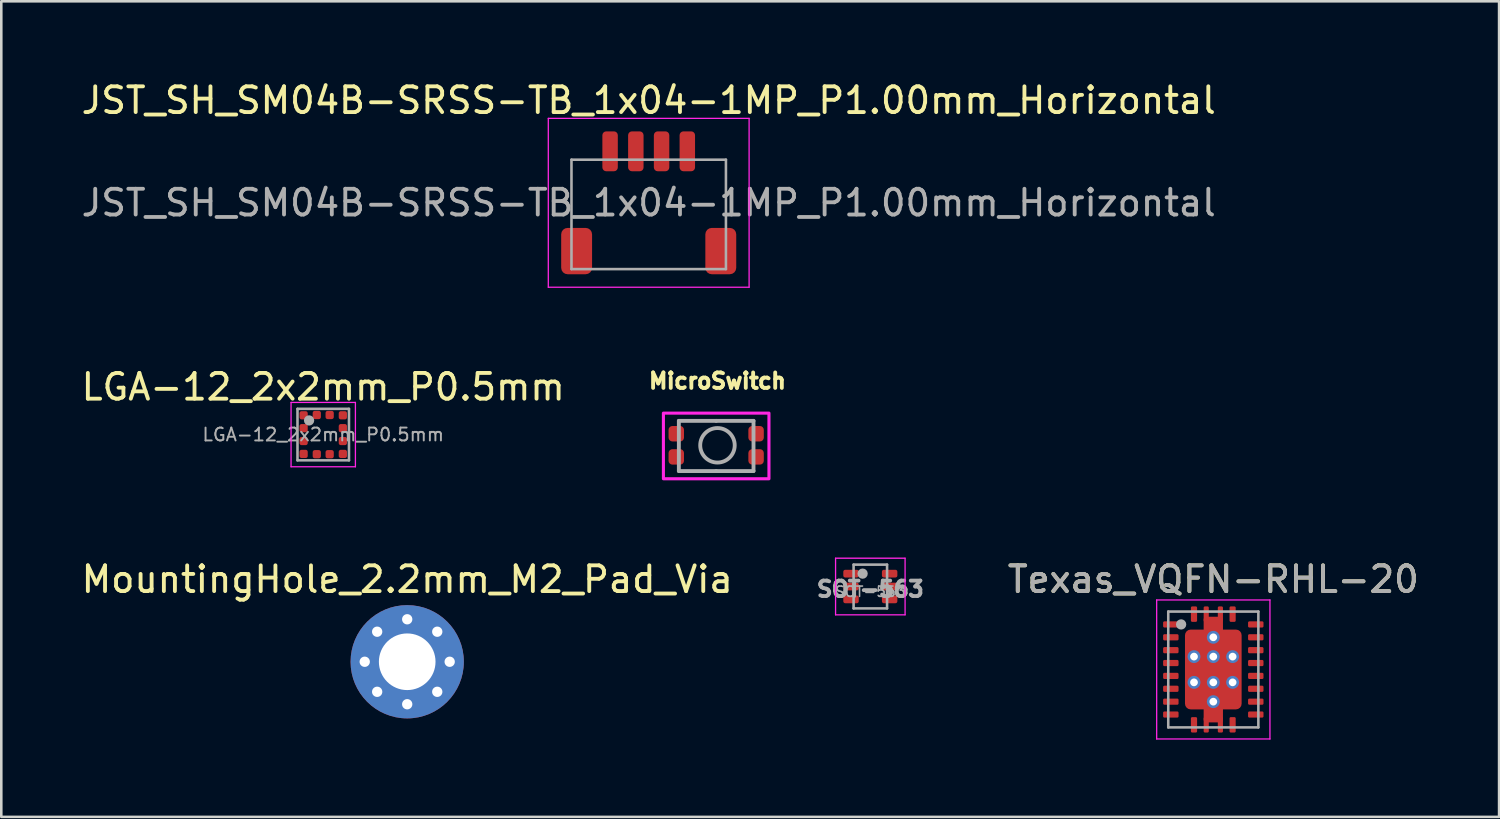
<source format=kicad_pcb>
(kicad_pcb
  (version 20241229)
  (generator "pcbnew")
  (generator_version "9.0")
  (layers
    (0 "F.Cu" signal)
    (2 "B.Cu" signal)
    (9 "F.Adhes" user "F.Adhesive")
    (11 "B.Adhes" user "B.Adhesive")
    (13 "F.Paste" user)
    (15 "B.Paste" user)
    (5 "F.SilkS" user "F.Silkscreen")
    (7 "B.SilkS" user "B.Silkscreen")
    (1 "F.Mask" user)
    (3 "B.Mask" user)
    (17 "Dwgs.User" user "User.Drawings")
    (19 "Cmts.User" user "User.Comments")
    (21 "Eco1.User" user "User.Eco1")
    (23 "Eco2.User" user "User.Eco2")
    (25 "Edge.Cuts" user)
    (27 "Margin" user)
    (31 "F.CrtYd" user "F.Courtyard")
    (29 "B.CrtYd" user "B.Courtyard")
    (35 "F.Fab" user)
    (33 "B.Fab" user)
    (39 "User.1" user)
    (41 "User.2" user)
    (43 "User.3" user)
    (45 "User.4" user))
  (footprint "Texas_VQFN-RHL-20"
    (layer "F.Cu")
    (at 44.081 22.956)
    (property "Reference" "Texas_VQFN-RHL-20" (at 0 -3.5 0) (layer "F.SilkS") (effects (font (size 1 1) (thickness 0.15))))
    (attr smd)
    (fp_line (start -2.2 -2.7) (end -2.2 2.7) (stroke (width 0.05) (type solid)) (layer "F.CrtYd"))
    (fp_line (start -2.2 -2.7) (end 2.2 -2.7) (stroke (width 0.05) (type solid)) (layer "F.CrtYd"))
    (fp_line (start -2.2 2.7) (end 2.2 2.7) (stroke (width 0.05) (type solid)) (layer "F.CrtYd"))
    (fp_line (start 2.2 -2.7) (end 2.2 2.7) (stroke (width 0.05) (type solid)) (layer "F.CrtYd"))
    (fp_line (start -1.75 -2.25) (end -1.75 2.25) (stroke (width 0.1) (type solid)) (layer "F.Fab"))
    (fp_line (start -1.75 -2.25) (end 1.75 -2.25) (stroke (width 0.1) (type solid)) (layer "F.Fab"))
    (fp_line (start -1.75 2.25) (end 1.75 2.25) (stroke (width 0.1) (type solid)) (layer "F.Fab"))
    (fp_line (start 1.75 -2.25) (end 1.75 2.25) (stroke (width 0.1) (type solid)) (layer "F.Fab"))
    (fp_circle (center -1.25 -1.75) (end -1.15 -1.75) (stroke (width 0.2) (type solid)) (fill no) (layer "F.Fab"))
    (fp_text user "${REFERENCE}" (at 0 -3.5 0) (layer "F.Fab") (effects (font (size 1 1) (thickness 0.15))))
    (pad "" smd roundrect (at -0.56 -1.05) (size 0.92 0.85) (layers "F.Paste") (roundrect_rratio 0.2))
    (pad "" smd roundrect (at -0.56 0) (size 0.92 0.85) (layers "F.Paste") (roundrect_rratio 0.2))
    (pad "" smd roundrect (at -0.56 1.05) (size 0.92 0.85) (layers "F.Paste") (roundrect_rratio 0.2))
    (pad "" smd roundrect (at 0 -1.8) (size 0.75 0.25) (layers "F.Paste") (roundrect_rratio 0.2))
    (pad "" smd roundrect (at 0 1.8) (size 0.75 0.25) (layers "F.Paste") (roundrect_rratio 0.2))
    (pad "" smd roundrect (at 0.56 -1.05) (size 0.92 0.85) (layers "F.Paste") (roundrect_rratio 0.2))
    (pad "" smd roundrect (at 0.56 0) (size 0.92 0.85) (layers "F.Paste") (roundrect_rratio 0.2))
    (pad "" smd roundrect (at 0.56 1.05) (size 0.92 0.85) (layers "F.Paste") (roundrect_rratio 0.2))
    (pad "1" smd roundrect (at -0.75 -2.15) (size 0.24 0.6) (layers "F.Cu" "F.Mask" "F.Paste") (roundrect_rratio 0.21))
    (pad "2" smd roundrect (at -1.65 -1.75) (size 0.6 0.24) (layers "F.Cu" "F.Mask" "F.Paste") (roundrect_rratio 0.21))
    (pad "3" smd roundrect (at -1.65 -1.25) (size 0.6 0.24) (layers "F.Cu" "F.Mask" "F.Paste") (roundrect_rratio 0.21))
    (pad "4" smd roundrect (at -1.65 -0.75) (size 0.6 0.24) (layers "F.Cu" "F.Mask" "F.Paste") (roundrect_rratio 0.21))
    (pad "5" smd roundrect (at -1.65 -0.25) (size 0.6 0.24) (layers "F.Cu" "F.Mask" "F.Paste") (roundrect_rratio 0.21))
    (pad "6" smd roundrect (at -1.65 0.25) (size 0.6 0.24) (layers "F.Cu" "F.Mask" "F.Paste") (roundrect_rratio 0.21))
    (pad "7" smd roundrect (at -1.65 0.75) (size 0.6 0.24) (layers "F.Cu" "F.Mask" "F.Paste") (roundrect_rratio 0.21))
    (pad "8" smd roundrect (at -1.65 1.25) (size 0.6 0.24) (layers "F.Cu" "F.Mask" "F.Paste") (roundrect_rratio 0.21))
    (pad "9" smd roundrect (at -1.65 1.75) (size 0.6 0.24) (layers "F.Cu" "F.Mask" "F.Paste") (roundrect_rratio 0.21))
    (pad "10" smd roundrect (at -0.75 2.15) (size 0.24 0.6) (layers "F.Cu" "F.Mask" "F.Paste") (roundrect_rratio 0.21))
    (pad "11" smd roundrect (at 0.75 2.15) (size 0.24 0.6) (layers "F.Cu" "F.Mask" "F.Paste") (roundrect_rratio 0.21))
    (pad "12" smd roundrect (at 1.65 1.75) (size 0.6 0.24) (layers "F.Cu" "F.Mask" "F.Paste") (roundrect_rratio 0.21))
    (pad "13" smd roundrect (at 1.65 1.25) (size 0.6 0.24) (layers "F.Cu" "F.Mask" "F.Paste") (roundrect_rratio 0.21))
    (pad "14" smd roundrect (at 1.65 0.75) (size 0.6 0.24) (layers "F.Cu" "F.Mask" "F.Paste") (roundrect_rratio 0.21))
    (pad "15" smd roundrect (at 1.65 0.25) (size 0.6 0.24) (layers "F.Cu" "F.Mask" "F.Paste") (roundrect_rratio 0.21))
    (pad "16" smd roundrect (at 1.65 -0.25) (size 0.6 0.24) (layers "F.Cu" "F.Mask" "F.Paste") (roundrect_rratio 0.21))
    (pad "17" smd roundrect (at 1.65 -0.75) (size 0.6 0.24) (layers "F.Cu" "F.Mask" "F.Paste") (roundrect_rratio 0.21))
    (pad "18" smd roundrect (at 1.65 -1.25) (size 0.6 0.24) (layers "F.Cu" "F.Mask" "F.Paste") (roundrect_rratio 0.21))
    (pad "19" smd roundrect (at 1.65 -1.75) (size 0.6 0.24) (layers "F.Cu" "F.Mask" "F.Paste") (roundrect_rratio 0.21))
    (pad "20" smd roundrect (at 0.75 -2.15) (size 0.24 0.6) (layers "F.Cu" "F.Mask" "F.Paste") (roundrect_rratio 0.21))
    (pad "21" thru_hole circle (at -0.75 -0.5) (size 0.5 0.5) (drill 0.3) (layers "*.Cu"))
    (pad "21" thru_hole circle (at -0.75 0.5) (size 0.5 0.5) (drill 0.3) (layers "*.Cu"))
    (pad "21" smd roundrect (at -0.275 -2.15) (size 0.2 0.6) (layers "F.Cu" "F.Mask" "F.Paste") (roundrect_rratio 0.25))
    (pad "21" smd roundrect (at -0.275 2.15) (size 0.2 0.6) (layers "F.Cu" "F.Mask" "F.Paste") (roundrect_rratio 0.25))
    (pad "21" smd roundrect (at 0 -1.7 90) (size 0.7 0.75) (layers "F.Cu" "F.Mask") (roundrect_rratio 0.15))
    (pad "21" thru_hole circle (at 0 -1.25) (size 0.5 0.5) (drill 0.3) (layers "*.Cu"))
    (pad "21" thru_hole circle (at 0 -0.5) (size 0.5 0.5) (drill 0.3) (layers "*.Cu"))
    (pad "21" smd roundrect (at 0 0) (size 2.2 3.1) (layers "F.Cu" "F.Mask") (roundrect_rratio 0.1))
    (pad "21" thru_hole circle (at 0 0.5) (size 0.5 0.5) (drill 0.3) (layers "*.Cu"))
    (pad "21" thru_hole circle (at 0 1.25) (size 0.5 0.5) (drill 0.3) (layers "*.Cu"))
    (pad "21" smd roundrect (at 0 1.705 90) (size 0.7 0.75) (layers "F.Cu" "F.Mask") (roundrect_rratio 0.15))
    (pad "21" smd roundrect (at 0.275 -2.15) (size 0.2 0.6) (layers "F.Cu" "F.Mask" "F.Paste") (roundrect_rratio 0.25))
    (pad "21" smd roundrect (at 0.275 2.15) (size 0.2 0.6) (layers "F.Cu" "F.Mask" "F.Paste") (roundrect_rratio 0.25))
    (pad "21" thru_hole circle (at 0.75 -0.5) (size 0.5 0.5) (drill 0.3) (layers "*.Cu"))
    (pad "21" thru_hole circle (at 0.75 0.5) (size 0.5 0.5) (drill 0.3) (layers "*.Cu")))
  (footprint "LGA-12_2x2mm_P0.5mm"
    (layer "F.Cu")
    (at 9.506 13.832)
    (property "Reference" "LGA-12_2x2mm_P0.5mm" (at 0 -1.85 0) (layer "F.SilkS") (effects (font (size 1 1) (thickness 0.15))))
    (attr smd)
    (fp_line (start -1.25 -1.25) (end 1.25 -1.25) (stroke (width 0.05) (type solid)) (layer "F.CrtYd"))
    (fp_line (start -1.25 1.25) (end -1.25 -1.25) (stroke (width 0.05) (type solid)) (layer "F.CrtYd"))
    (fp_line (start 1.25 -1.25) (end 1.25 1.25) (stroke (width 0.05) (type solid)) (layer "F.CrtYd"))
    (fp_line (start 1.25 1.25) (end -1.25 1.25) (stroke (width 0.05) (type solid)) (layer "F.CrtYd"))
    (fp_line (start -1 -1) (end 1 -1) (stroke (width 0.1) (type solid)) (layer "F.Fab"))
    (fp_line (start -1 1) (end -1 -1) (stroke (width 0.1) (type solid)) (layer "F.Fab"))
    (fp_line (start 1 -1) (end 1 1) (stroke (width 0.1) (type solid)) (layer "F.Fab"))
    (fp_line (start 1 1) (end -1 1) (stroke (width 0.1) (type solid)) (layer "F.Fab"))
    (fp_circle (center -0.55 -0.55) (end -0.45 -0.55) (stroke (width 0.2) (type solid)) (fill no) (layer "F.Fab"))
    (fp_text user "${REFERENCE}" (at 0 0 0) (layer "F.Fab") (effects (font (size 0.5 0.5) (thickness 0.075))))
    (pad "1" smd roundrect (at -0.762 -0.75) (size 0.32 0.32) (layers "F.Cu" "F.Mask" "F.Paste") (roundrect_rratio 0.25))
    (pad "2" smd roundrect (at -0.762 -0.25) (size 0.32 0.32) (layers "F.Cu" "F.Mask" "F.Paste") (roundrect_rratio 0.25))
    (pad "3" smd roundrect (at -0.762 0.25) (size 0.32 0.32) (layers "F.Cu" "F.Mask" "F.Paste") (roundrect_rratio 0.25))
    (pad "4" smd roundrect (at -0.762 0.75) (size 0.32 0.32) (layers "F.Cu" "F.Mask" "F.Paste") (roundrect_rratio 0.25))
    (pad "5" smd roundrect (at -0.25 0.762 90) (size 0.32 0.32) (layers "F.Cu" "F.Mask" "F.Paste") (roundrect_rratio 0.25))
    (pad "6" smd roundrect (at 0.25 0.762 90) (size 0.32 0.32) (layers "F.Cu" "F.Mask" "F.Paste") (roundrect_rratio 0.25))
    (pad "7" smd roundrect (at 0.762 0.75) (size 0.32 0.32) (layers "F.Cu" "F.Mask" "F.Paste") (roundrect_rratio 0.25))
    (pad "8" smd roundrect (at 0.762 0.25) (size 0.32 0.32) (layers "F.Cu" "F.Mask" "F.Paste") (roundrect_rratio 0.25))
    (pad "9" smd roundrect (at 0.762 -0.25) (size 0.32 0.32) (layers "F.Cu" "F.Mask" "F.Paste") (roundrect_rratio 0.25))
    (pad "10" smd roundrect (at 0.762 -0.75) (size 0.32 0.32) (layers "F.Cu" "F.Mask" "F.Paste") (roundrect_rratio 0.25))
    (pad "11" smd roundrect (at 0.25 -0.762 90) (size 0.32 0.32) (layers "F.Cu" "F.Mask" "F.Paste") (roundrect_rratio 0.25))
    (pad "12" smd roundrect (at -0.25 -0.762 90) (size 0.32 0.32) (layers "F.Cu" "F.Mask" "F.Paste") (roundrect_rratio 0.25)))
  (footprint "MountingHole_2.2mm_M2_Pad_Via"
    (layer "F.Cu")
    (at 12.768 22.656)
    (property "Reference" "MountingHole_2.2mm_M2_Pad_Via" (at 0 -3.2 0) (layer "F.SilkS") (effects (font (size 1 1) (thickness 0.15))))
    (attr exclude_from_pos_files exclude_from_bom)
    (pad "" thru_hole circle (at -1.65 0) (size 0.7 0.7) (drill 0.4) (layers "*.Cu" "*.Mask"))
    (pad "" thru_hole circle (at -1.167 -1.167) (size 0.7 0.7) (drill 0.4) (layers "*.Cu" "*.Mask"))
    (pad "" thru_hole circle (at -1.167 1.167) (size 0.7 0.7) (drill 0.4) (layers "*.Cu" "*.Mask"))
    (pad "" thru_hole circle (at 0 -1.65) (size 0.7 0.7) (drill 0.4) (layers "*.Cu" "*.Mask"))
    (pad "" thru_hole circle (at 0 0) (size 4.4 4.4) (drill 2.2) (layers "*.Cu" "*.Mask"))
    (pad "" thru_hole circle (at 0 1.65) (size 0.7 0.7) (drill 0.4) (layers "*.Cu" "*.Mask"))
    (pad "" thru_hole circle (at 1.167 -1.167) (size 0.7 0.7) (drill 0.4) (layers "*.Cu" "*.Mask"))
    (pad "" thru_hole circle (at 1.167 1.167) (size 0.7 0.7) (drill 0.4) (layers "*.Cu" "*.Mask"))
    (pad "" thru_hole circle (at 1.65 0) (size 0.7 0.7) (drill 0.4) (layers "*.Cu" "*.Mask")))
  (footprint "SOT-563"
    (layer "F.Cu")
    (at 30.758 19.733)
    (property "Reference" "SOT-563" (at 0 0.1 0) (layer "F.Fab") (effects (font (size 0.6 0.6) (thickness 0.15))))
    (attr smd)
    (fp_line (start -1.35 -1.1) (end -1.35 1.1) (stroke (width 0.05) (type solid)) (layer "F.CrtYd"))
    (fp_line (start -1.35 -1.1) (end 1.35 -1.1) (stroke (width 0.05) (type solid)) (layer "F.CrtYd"))
    (fp_line (start 1.35 1.1) (end -1.35 1.1) (stroke (width 0.05) (type solid)) (layer "F.CrtYd"))
    (fp_line (start 1.35 1.1) (end 1.35 -1.1) (stroke (width 0.05) (type solid)) (layer "F.CrtYd"))
    (fp_line (start -0.65 -0.85) (end -0.65 0.85) (stroke (width 0.1) (type solid)) (layer "F.Fab"))
    (fp_line (start -0.65 0.85) (end 0.65 0.85) (stroke (width 0.1) (type solid)) (layer "F.Fab"))
    (fp_line (start 0.65 -0.85) (end -0.65 -0.85) (stroke (width 0.1) (type solid)) (layer "F.Fab"))
    (fp_line (start 0.65 0.85) (end 0.65 -0.85) (stroke (width 0.1) (type solid)) (layer "F.Fab"))
    (fp_circle (center -0.3 -0.5) (end -0.2 -0.5) (stroke (width 0.2) (type solid)) (fill no) (layer "F.Fab"))
    (fp_text user "${REFERENCE}" (at 0 0.2 180) (layer "F.Fab") (effects (font (size 0.4 0.4) (thickness 0.062))))
    (pad "1" smd roundrect (at -0.75 -0.5) (size 0.6 0.3) (layers "F.Cu" "F.Mask" "F.Paste") (roundrect_rratio 0.25))
    (pad "2" smd roundrect (at -0.75 0) (size 0.6 0.3) (layers "F.Cu" "F.Mask" "F.Paste") (roundrect_rratio 0.25))
    (pad "3" smd roundrect (at -0.75 0.5) (size 0.6 0.3) (layers "F.Cu" "F.Mask" "F.Paste") (roundrect_rratio 0.25))
    (pad "4" smd roundrect (at 0.75 0.5) (size 0.6 0.3) (layers "F.Cu" "F.Mask" "F.Paste") (roundrect_rratio 0.25))
    (pad "5" smd roundrect (at 0.75 0) (size 0.6 0.3) (layers "F.Cu" "F.Mask" "F.Paste") (roundrect_rratio 0.25))
    (pad "6" smd roundrect (at 0.75 -0.5) (size 0.6 0.3) (layers "F.Cu" "F.Mask" "F.Paste") (roundrect_rratio 0.25)))
  (footprint "JST_SH_SM04B-SRSS-TB_1x04-1MP_P1.00mm_Horizontal"
    (layer "F.Cu")
    (at 22.149 4.828)
    (property "Reference" "JST_SH_SM04B-SRSS-TB_1x04-1MP_P1.00mm_Horizontal" (at 0 -3.98 0) (layer "F.SilkS") (effects (font (size 1 1) (thickness 0.15))))
    (attr smd)
    (fp_line (start -3.9 -3.28) (end -3.9 3.28) (stroke (width 0.05) (type solid)) (layer "F.CrtYd"))
    (fp_line (start -3.9 3.28) (end 3.9 3.28) (stroke (width 0.05) (type solid)) (layer "F.CrtYd"))
    (fp_line (start 3.9 -3.28) (end -3.9 -3.28) (stroke (width 0.05) (type solid)) (layer "F.CrtYd"))
    (fp_line (start 3.9 3.28) (end 3.9 -3.28) (stroke (width 0.05) (type solid)) (layer "F.CrtYd"))
    (fp_line (start -3 -1.675) (end -3 2.575) (stroke (width 0.1) (type solid)) (layer "F.Fab"))
    (fp_line (start -3 -1.675) (end 3 -1.675) (stroke (width 0.1) (type solid)) (layer "F.Fab"))
    (fp_line (start -3 2.575) (end 3 2.575) (stroke (width 0.1) (type solid)) (layer "F.Fab"))
    (fp_line (start 3 -1.675) (end 3 2.575) (stroke (width 0.1) (type solid)) (layer "F.Fab"))
    (fp_text user "${REFERENCE}" (at 0 0 0) (layer "F.Fab") (effects (font (size 1 1) (thickness 0.15))))
    (pad "" smd roundrect (at -2.8 1.875) (size 1.2 1.8) (layers "F.Cu" "F.Mask" "F.Paste") (roundrect_rratio 0.208))
    (pad "" smd roundrect (at 2.8 1.875) (size 1.2 1.8) (layers "F.Cu" "F.Mask" "F.Paste") (roundrect_rratio 0.208))
    (pad "1" smd roundrect (at -1.5 -2) (size 0.6 1.55) (layers "F.Cu" "F.Mask" "F.Paste") (roundrect_rratio 0.25))
    (pad "2" smd roundrect (at -0.5 -2) (size 0.6 1.55) (layers "F.Cu" "F.Mask" "F.Paste") (roundrect_rratio 0.25))
    (pad "3" smd roundrect (at 0.5 -2) (size 0.6 1.55) (layers "F.Cu" "F.Mask" "F.Paste") (roundrect_rratio 0.25))
    (pad "4" smd roundrect (at 1.5 -2) (size 0.6 1.55) (layers "F.Cu" "F.Mask" "F.Paste") (roundrect_rratio 0.25)))
  (footprint "MicroSwitch"
    (layer "F.Cu")
    (at 24.82 14.248)
    (property "Reference" "MicroSwitch" (at 0 -2.5 0) (layer "F.SilkS") (effects (font (size 0.6 0.6) (thickness 0.15))))
    (attr smd)
    (fp_rect (start -2.1 -1.25) (end 2 1.3) (stroke (width 0.12) (type solid)) (fill no) (layer "F.CrtYd"))
    (fp_line (start -1.5 1) (end -1.5 -0.95) (stroke (width 0.15) (type solid)) (layer "F.Fab"))
    (fp_line (start -1.5 1) (end -0.05 1) (stroke (width 0.15) (type solid)) (layer "F.Fab"))
    (fp_line (start -0.05 -0.95) (end -1.5 -0.95) (stroke (width 0.15) (type solid)) (layer "F.Fab"))
    (fp_line (start -0.05 1) (end 1.4 1) (stroke (width 0.15) (type solid)) (layer "F.Fab"))
    (fp_line (start 1.4 -0.95) (end -0.05 -0.95) (stroke (width 0.15) (type solid)) (layer "F.Fab"))
    (fp_line (start 1.4 -0.95) (end 1.4 1) (stroke (width 0.15) (type solid)) (layer "F.Fab"))
    (fp_circle (center 0 0) (end 0.67 0) (stroke (width 0.15) (type solid)) (fill no) (layer "F.Fab"))
    (pad "1" smd roundrect (at -1.6 -0.45) (size 0.6 0.6) (layers "F.Cu" "F.Mask" "F.Paste") (roundrect_rratio 0.25))
    (pad "1" smd roundrect (at -1.6 0.45) (size 0.6 0.6) (layers "F.Cu" "F.Mask" "F.Paste") (roundrect_rratio 0.25))
    (pad "2" smd roundrect (at 1.5 -0.45) (size 0.6 0.6) (layers "F.Cu" "F.Mask" "F.Paste") (roundrect_rratio 0.25))
    (pad "2" smd roundrect (at 1.5 0.45) (size 0.6 0.6) (layers "F.Cu" "F.Mask" "F.Paste") (roundrect_rratio 0.25)))
  (gr_rect
    (start -3 -3)
    (end 55.182 28.681)
    (stroke (width 0.1) (type default))
    (fill no)
    (layer "Edge.Cuts")))
</source>
